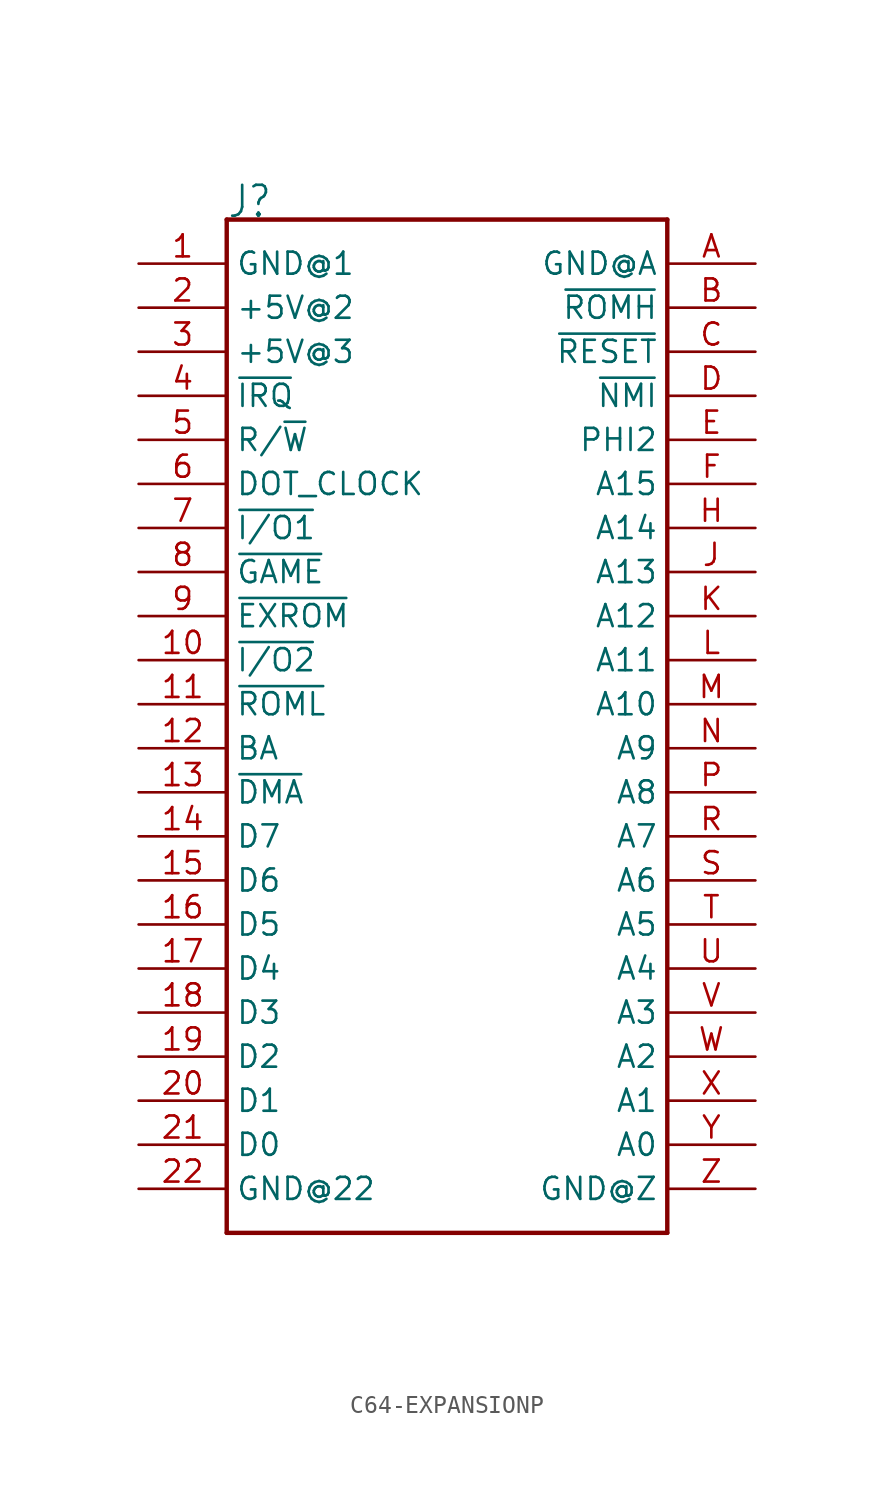
<source format=kicad_sym>
(kicad_symbol_lib
  (version 20220914)
  (generator kicad_symbol_editor)
  (symbol "C64-EXPANSIONP"
    (property "Reference" "J"
      (at -12.7 27.94 0)
      (effects (font (size 1.778 1.511)) (justify left bottom)))
    (property "Value" ""
      (at -12.7 -33.02 0)
      (effects (font (size 1.778 1.511)) (justify left bottom)))
    (property "ki_locked" ""
      (at 0 0 0)
      (effects (font (size 1.27 1.27))))
    (symbol "C64-EXPANSIONP_1_0"
      (polyline (pts (xy -12.7 -30.48) (xy -12.7 27.94)) (stroke (width 0.254) (type solid)) (fill (type none)))
      (polyline (pts (xy -12.7 27.94) (xy 12.7 27.94)) (stroke (width 0.254) (type solid)) (fill (type none)))
      (polyline (pts (xy 12.7 -30.48) (xy -12.7 -30.48)) (stroke (width 0.254) (type solid)) (fill (type none)))
      (polyline (pts (xy 12.7 27.94) (xy 12.7 -30.48)) (stroke (width 0.254) (type solid)) (fill (type none)))
      (pin power_in line (at -17.78 25.4 0) (length 5.08) (name "GND@1" (effects (font (size 1.27 1.27)))) (number "1" (effects (font (size 1.27 1.27)))))
      (pin output line (at -17.78 2.54 0) (length 5.08) (name "~{I/O2}" (effects (font (size 1.27 1.27)))) (number "10" (effects (font (size 1.27 1.27)))))
      (pin output line (at -17.78 0 0) (length 5.08) (name "~{ROML}" (effects (font (size 1.27 1.27)))) (number "11" (effects (font (size 1.27 1.27)))))
      (pin output line (at -17.78 -2.54 0) (length 5.08) (name "BA" (effects (font (size 1.27 1.27)))) (number "12" (effects (font (size 1.27 1.27)))))
      (pin input line (at -17.78 -5.08 0) (length 5.08) (name "~{DMA}" (effects (font (size 1.27 1.27)))) (number "13" (effects (font (size 1.27 1.27)))))
      (pin bidirectional line (at -17.78 -7.62 0) (length 5.08) (name "D7" (effects (font (size 1.27 1.27)))) (number "14" (effects (font (size 1.27 1.27)))))
      (pin bidirectional line (at -17.78 -10.16 0) (length 5.08) (name "D6" (effects (font (size 1.27 1.27)))) (number "15" (effects (font (size 1.27 1.27)))))
      (pin bidirectional line (at -17.78 -12.7 0) (length 5.08) (name "D5" (effects (font (size 1.27 1.27)))) (number "16" (effects (font (size 1.27 1.27)))))
      (pin bidirectional line (at -17.78 -15.24 0) (length 5.08) (name "D4" (effects (font (size 1.27 1.27)))) (number "17" (effects (font (size 1.27 1.27)))))
      (pin bidirectional line (at -17.78 -17.78 0) (length 5.08) (name "D3" (effects (font (size 1.27 1.27)))) (number "18" (effects (font (size 1.27 1.27)))))
      (pin bidirectional line (at -17.78 -20.32 0) (length 5.08) (name "D2" (effects (font (size 1.27 1.27)))) (number "19" (effects (font (size 1.27 1.27)))))
      (pin power_in line (at -17.78 22.86 0) (length 5.08) (name "+5V@2" (effects (font (size 1.27 1.27)))) (number "2" (effects (font (size 1.27 1.27)))))
      (pin bidirectional line (at -17.78 -22.86 0) (length 5.08) (name "D1" (effects (font (size 1.27 1.27)))) (number "20" (effects (font (size 1.27 1.27)))))
      (pin bidirectional line (at -17.78 -25.4 0) (length 5.08) (name "D0" (effects (font (size 1.27 1.27)))) (number "21" (effects (font (size 1.27 1.27)))))
      (pin power_in line (at -17.78 -27.94 0) (length 5.08) (name "GND@22" (effects (font (size 1.27 1.27)))) (number "22" (effects (font (size 1.27 1.27)))))
      (pin power_in line (at -17.78 20.32 0) (length 5.08) (name "+5V@3" (effects (font (size 1.27 1.27)))) (number "3" (effects (font (size 1.27 1.27)))))
      (pin input line (at -17.78 17.78 0) (length 5.08) (name "~{IRQ}" (effects (font (size 1.27 1.27)))) (number "4" (effects (font (size 1.27 1.27)))))
      (pin output line (at -17.78 15.24 0) (length 5.08) (name "R/~{W}" (effects (font (size 1.27 1.27)))) (number "5" (effects (font (size 1.27 1.27)))))
      (pin output line (at -17.78 12.7 0) (length 5.08) (name "DOT_CLOCK" (effects (font (size 1.27 1.27)))) (number "6" (effects (font (size 1.27 1.27)))))
      (pin output line (at -17.78 10.16 0) (length 5.08) (name "~{I/O1}" (effects (font (size 1.27 1.27)))) (number "7" (effects (font (size 1.27 1.27)))))
      (pin input line (at -17.78 7.62 0) (length 5.08) (name "~{GAME}" (effects (font (size 1.27 1.27)))) (number "8" (effects (font (size 1.27 1.27)))))
      (pin input line (at -17.78 5.08 0) (length 5.08) (name "~{EXROM}" (effects (font (size 1.27 1.27)))) (number "9" (effects (font (size 1.27 1.27)))))
      (pin power_in line (at 17.78 25.4 180) (length 5.08) (name "GND@A" (effects (font (size 1.27 1.27)))) (number "A" (effects (font (size 1.27 1.27)))))
      (pin output line (at 17.78 22.86 180) (length 5.08) (name "~{ROMH}" (effects (font (size 1.27 1.27)))) (number "B" (effects (font (size 1.27 1.27)))))
      (pin open_collector line (at 17.78 20.32 180) (length 5.08) (name "~{RESET}" (effects (font (size 1.27 1.27)))) (number "C" (effects (font (size 1.27 1.27)))))
      (pin input line (at 17.78 17.78 180) (length 5.08) (name "~{NMI}" (effects (font (size 1.27 1.27)))) (number "D" (effects (font (size 1.27 1.27)))))
      (pin output line (at 17.78 15.24 180) (length 5.08) (name "PHI2" (effects (font (size 1.27 1.27)))) (number "E" (effects (font (size 1.27 1.27)))))
      (pin bidirectional line (at 17.78 12.7 180) (length 5.08) (name "A15" (effects (font (size 1.27 1.27)))) (number "F" (effects (font (size 1.27 1.27)))))
      (pin bidirectional line (at 17.78 10.16 180) (length 5.08) (name "A14" (effects (font (size 1.27 1.27)))) (number "H" (effects (font (size 1.27 1.27)))))
      (pin bidirectional line (at 17.78 7.62 180) (length 5.08) (name "A13" (effects (font (size 1.27 1.27)))) (number "J" (effects (font (size 1.27 1.27)))))
      (pin bidirectional line (at 17.78 5.08 180) (length 5.08) (name "A12" (effects (font (size 1.27 1.27)))) (number "K" (effects (font (size 1.27 1.27)))))
      (pin bidirectional line (at 17.78 2.54 180) (length 5.08) (name "A11" (effects (font (size 1.27 1.27)))) (number "L" (effects (font (size 1.27 1.27)))))
      (pin bidirectional line (at 17.78 0 180) (length 5.08) (name "A10" (effects (font (size 1.27 1.27)))) (number "M" (effects (font (size 1.27 1.27)))))
      (pin bidirectional line (at 17.78 -2.54 180) (length 5.08) (name "A9" (effects (font (size 1.27 1.27)))) (number "N" (effects (font (size 1.27 1.27)))))
      (pin bidirectional line (at 17.78 -5.08 180) (length 5.08) (name "A8" (effects (font (size 1.27 1.27)))) (number "P" (effects (font (size 1.27 1.27)))))
      (pin bidirectional line (at 17.78 -7.62 180) (length 5.08) (name "A7" (effects (font (size 1.27 1.27)))) (number "R" (effects (font (size 1.27 1.27)))))
      (pin bidirectional line (at 17.78 -10.16 180) (length 5.08) (name "A6" (effects (font (size 1.27 1.27)))) (number "S" (effects (font (size 1.27 1.27)))))
      (pin bidirectional line (at 17.78 -12.7 180) (length 5.08) (name "A5" (effects (font (size 1.27 1.27)))) (number "T" (effects (font (size 1.27 1.27)))))
      (pin bidirectional line (at 17.78 -15.24 180) (length 5.08) (name "A4" (effects (font (size 1.27 1.27)))) (number "U" (effects (font (size 1.27 1.27)))))
      (pin bidirectional line (at 17.78 -17.78 180) (length 5.08) (name "A3" (effects (font (size 1.27 1.27)))) (number "V" (effects (font (size 1.27 1.27)))))
      (pin bidirectional line (at 17.78 -20.32 180) (length 5.08) (name "A2" (effects (font (size 1.27 1.27)))) (number "W" (effects (font (size 1.27 1.27)))))
      (pin bidirectional line (at 17.78 -22.86 180) (length 5.08) (name "A1" (effects (font (size 1.27 1.27)))) (number "X" (effects (font (size 1.27 1.27)))))
      (pin bidirectional line (at 17.78 -25.4 180) (length 5.08) (name "A0" (effects (font (size 1.27 1.27)))) (number "Y" (effects (font (size 1.27 1.27)))))
      (pin power_in line (at 17.78 -27.94 180) (length 5.08) (name "GND@Z" (effects (font (size 1.27 1.27)))) (number "Z" (effects (font (size 1.27 1.27))))))))
</source>
